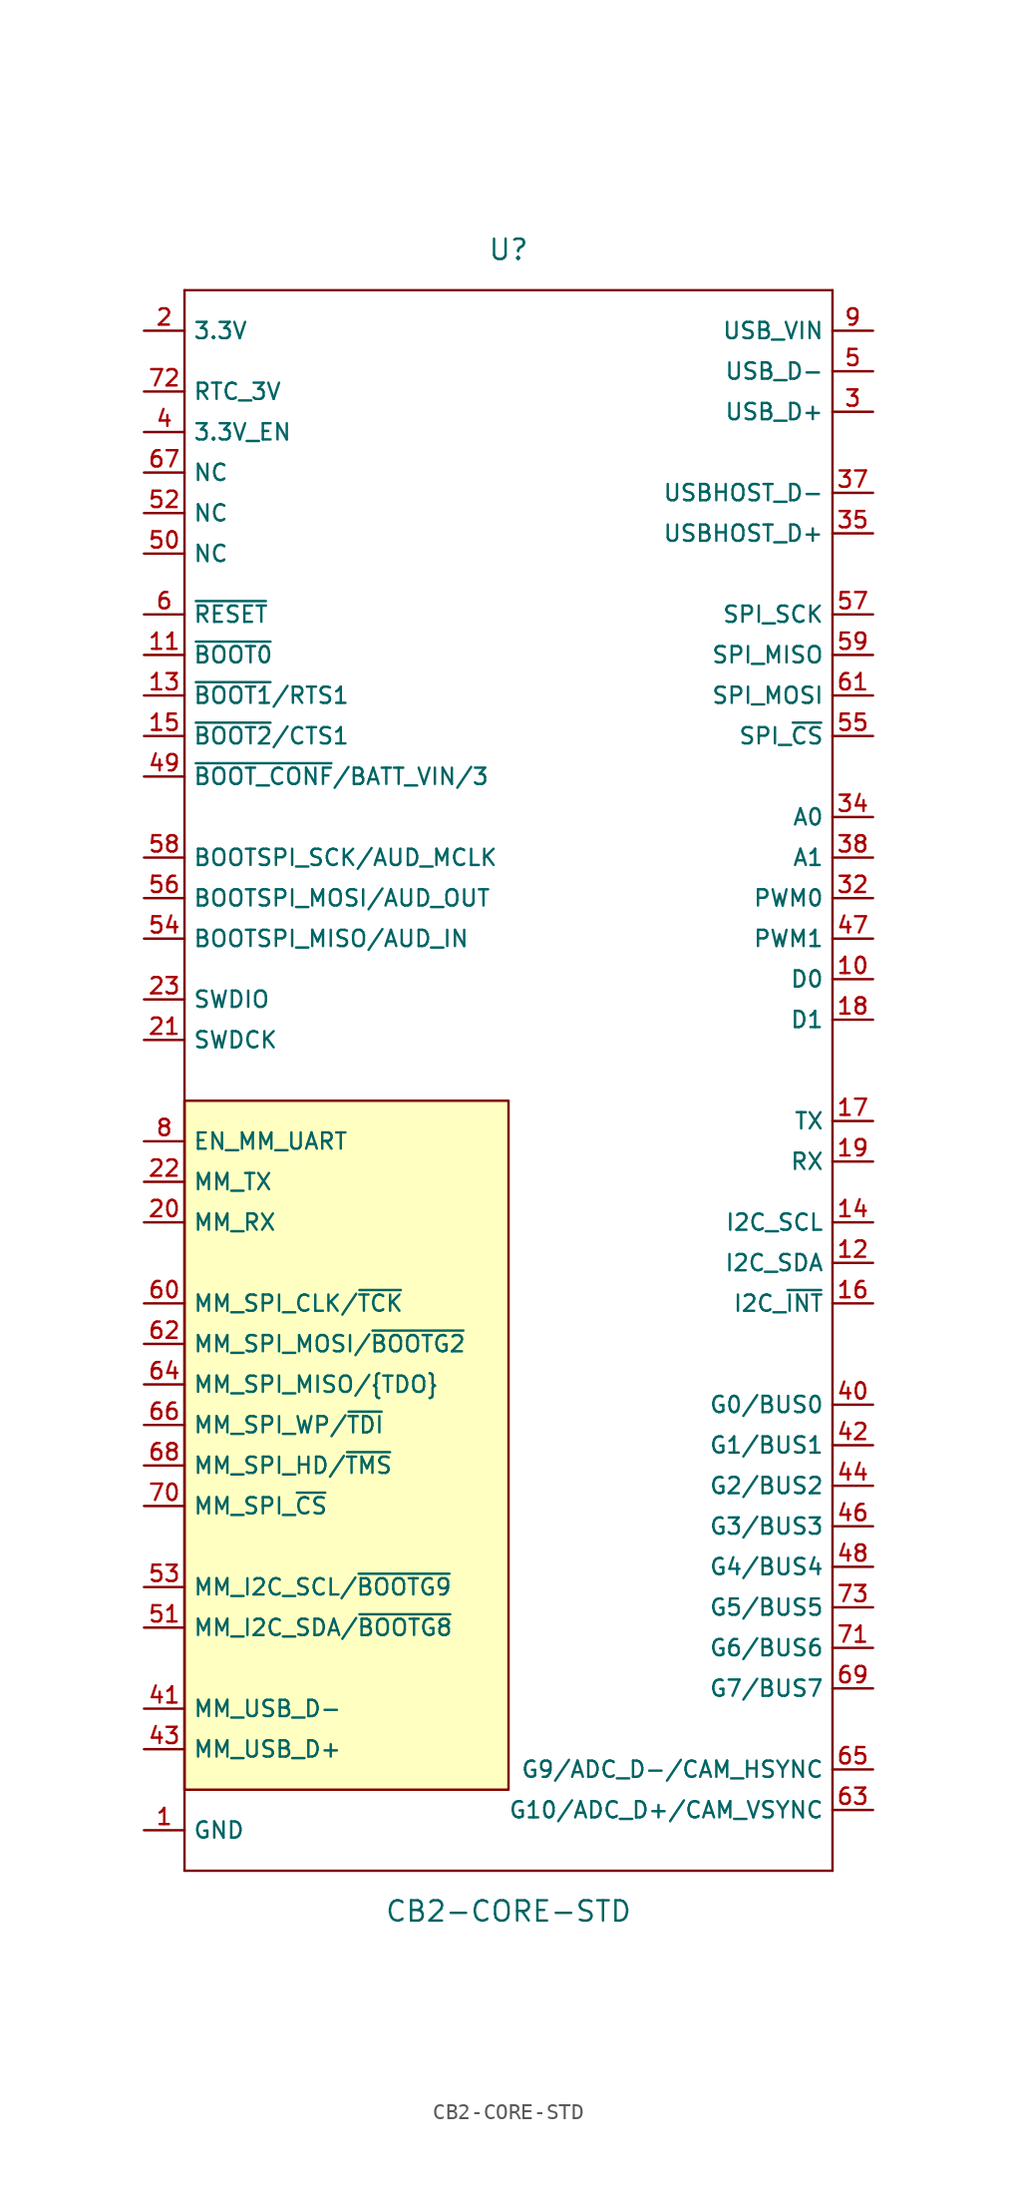
<source format=kicad_sym>
(kicad_symbol_lib
  (version 20211014)
  (generator kicad_symbol_editor)
  (symbol "CB2-CORE-STD"
    (property "Reference" "U"
      (at 0 52.07 0)
      (effects (font (size 1.27 1.27))))
    (property "Value" "CB2-CORE-STD"
      (at 0 -52.07 0)
      (effects (font (size 1.27 1.27))))
    (symbol "CB2-CORE-STD_0_1"
      (polyline (pts (xy -20.32 -1.27) (xy 0 -1.27) (xy 0 -44.45) (xy -20.32 -44.45) (xy -20.32 -1.27)) (stroke (width 0) (type default) (color 0 0 0 0)) (fill (type background))))
    (symbol "CB2-CORE-STD_1_0"
      (polyline (pts (xy -20.32 -49.53) (xy -20.32 49.53)) (stroke (width 0) (type default) (color 0 0 0 0)) (fill (type none)))
      (polyline (pts (xy -20.32 49.53) (xy 20.32 49.53)) (stroke (width 0) (type default) (color 0 0 0 0)) (fill (type none)))
      (polyline (pts (xy 20.32 -49.53) (xy -20.32 -49.53)) (stroke (width 0) (type default) (color 0 0 0 0)) (fill (type none)))
      (polyline (pts (xy 20.32 49.53) (xy 20.32 -49.53)) (stroke (width 0) (type default) (color 0 0 0 0)) (fill (type none))))
    (symbol "CB2-CORE-STD_1_1"
      (pin bidirectional line (at -22.86 -46.99 0) (length 2.54) (name "GND" (effects (font (size 1.016 1.016)))) (number "1" (effects (font (size 1.016 1.016)))))
      (pin bidirectional line (at 22.86 6.35 180) (length 2.54) (name "D0" (effects (font (size 1.016 1.016)))) (number "10" (effects (font (size 1.016 1.016)))))
      (pin input line (at -22.86 26.67 0) (length 2.54) (name "~{BOOT0}" (effects (font (size 1.016 1.016)))) (number "11" (effects (font (size 1.016 1.016)))))
      (pin bidirectional line (at 22.86 -11.43 180) (length 2.54) (name "I2C_SDA" (effects (font (size 1.016 1.016)))) (number "12" (effects (font (size 1.016 1.016)))))
      (pin input line (at -22.86 24.13 0) (length 2.54) (name "~{BOOT1}/RTS1" (effects (font (size 1.016 1.016)))) (number "13" (effects (font (size 1.016 1.016)))))
      (pin output line (at 22.86 -8.89 180) (length 2.54) (name "I2C_SCL" (effects (font (size 1.016 1.016)))) (number "14" (effects (font (size 1.016 1.016)))))
      (pin input line (at -22.86 21.59 0) (length 2.54) (name "~{BOOT2}/CTS1" (effects (font (size 1.016 1.016)))) (number "15" (effects (font (size 1.016 1.016)))))
      (pin input line (at 22.86 -13.97 180) (length 2.54) (name "I2C_~{INT}" (effects (font (size 1.016 1.016)))) (number "16" (effects (font (size 1.016 1.016)))))
      (pin output line (at 22.86 -2.54 180) (length 2.54) (name "TX" (effects (font (size 1.016 1.016)))) (number "17" (effects (font (size 1.016 1.016)))))
      (pin bidirectional line (at 22.86 3.81 180) (length 2.54) (name "D1" (effects (font (size 1.016 1.016)))) (number "18" (effects (font (size 1.016 1.016)))))
      (pin input line (at 22.86 -5.08 180) (length 2.54) (name "RX" (effects (font (size 1.016 1.016)))) (number "19" (effects (font (size 1.016 1.016)))))
      (pin bidirectional line (at -22.86 46.99 0) (length 2.54) (name "3.3V" (effects (font (size 1.016 1.016)))) (number "2" (effects (font (size 1.016 1.016)))))
      (pin output line (at -22.86 -8.89 0) (length 2.54) (name "MM_RX" (effects (font (size 1.016 1.016)))) (number "20" (effects (font (size 1.016 1.016)))))
      (pin bidirectional line (at -22.86 2.54 0) (length 2.54) (name "SWDCK" (effects (font (size 1.016 1.016)))) (number "21" (effects (font (size 1.016 1.016)))))
      (pin input line (at -22.86 -6.35 0) (length 2.54) (name "MM_TX" (effects (font (size 1.016 1.016)))) (number "22" (effects (font (size 1.016 1.016)))))
      (pin bidirectional line (at -22.86 5.08 0) (length 2.54) (name "SWDIO" (effects (font (size 1.016 1.016)))) (number "23" (effects (font (size 1.016 1.016)))))
      (pin bidirectional line (at 22.86 41.91 180) (length 2.54) (name "USB_D+" (effects (font (size 1.016 1.016)))) (number "3" (effects (font (size 1.016 1.016)))))
      (pin output line (at 22.86 11.43 180) (length 2.54) (name "PWM0" (effects (font (size 1.016 1.016)))) (number "32" (effects (font (size 1.016 1.016)))))
      (pin bidirectional line (at -22.86 -46.99 0) (length 2.54) hide (name "GND" (effects (font (size 1.016 1.016)))) (number "33" (effects (font (size 1.016 1.016)))))
      (pin bidirectional line (at 22.86 16.51 180) (length 2.54) (name "A0" (effects (font (size 1.016 1.016)))) (number "34" (effects (font (size 1.016 1.016)))))
      (pin bidirectional line (at 22.86 34.29 180) (length 2.54) (name "USBHOST_D+" (effects (font (size 1.016 1.016)))) (number "35" (effects (font (size 1.016 1.016)))))
      (pin bidirectional line (at -22.86 -46.99 0) (length 2.54) hide (name "GND" (effects (font (size 1.016 1.016)))) (number "36" (effects (font (size 1.016 1.016)))))
      (pin bidirectional line (at 22.86 36.83 180) (length 2.54) (name "USBHOST_D-" (effects (font (size 1.016 1.016)))) (number "37" (effects (font (size 1.016 1.016)))))
      (pin bidirectional line (at 22.86 13.97 180) (length 2.54) (name "A1" (effects (font (size 1.016 1.016)))) (number "38" (effects (font (size 1.016 1.016)))))
      (pin bidirectional line (at -22.86 -46.99 0) (length 2.54) hide (name "GND" (effects (font (size 1.016 1.016)))) (number "39" (effects (font (size 1.016 1.016)))))
      (pin input line (at -22.86 40.64 0) (length 2.54) (name "3.3V_EN" (effects (font (size 1.016 1.016)))) (number "4" (effects (font (size 1.016 1.016)))))
      (pin bidirectional line (at 22.86 -20.32 180) (length 2.54) (name "G0/BUS0" (effects (font (size 1.016 1.016)))) (number "40" (effects (font (size 1.016 1.016)))))
      (pin bidirectional line (at -22.86 -39.37 0) (length 2.54) (name "MM_USB_D-" (effects (font (size 1.016 1.016)))) (number "41" (effects (font (size 1.016 1.016)))))
      (pin bidirectional line (at 22.86 -22.86 180) (length 2.54) (name "G1/BUS1" (effects (font (size 1.016 1.016)))) (number "42" (effects (font (size 1.016 1.016)))))
      (pin bidirectional line (at -22.86 -41.91 0) (length 2.54) (name "MM_USB_D+" (effects (font (size 1.016 1.016)))) (number "43" (effects (font (size 1.016 1.016)))))
      (pin bidirectional line (at 22.86 -25.4 180) (length 2.54) (name "G2/BUS2" (effects (font (size 1.016 1.016)))) (number "44" (effects (font (size 1.016 1.016)))))
      (pin bidirectional line (at -22.86 -46.99 0) (length 2.54) hide (name "GND" (effects (font (size 1.016 1.016)))) (number "45" (effects (font (size 1.016 1.016)))))
      (pin bidirectional line (at 22.86 -27.94 180) (length 2.54) (name "G3/BUS3" (effects (font (size 1.016 1.016)))) (number "46" (effects (font (size 1.016 1.016)))))
      (pin output line (at 22.86 8.89 180) (length 2.54) (name "PWM1" (effects (font (size 1.016 1.016)))) (number "47" (effects (font (size 1.016 1.016)))))
      (pin bidirectional line (at 22.86 -30.48 180) (length 2.54) (name "G4/BUS4" (effects (font (size 1.016 1.016)))) (number "48" (effects (font (size 1.016 1.016)))))
      (pin input line (at -22.86 19.05 0) (length 2.54) (name "~{BOOT_CONF}/BATT_VIN/3" (effects (font (size 1.016 1.016)))) (number "49" (effects (font (size 1.016 1.016)))))
      (pin bidirectional line (at 22.86 44.45 180) (length 2.54) (name "USB_D-" (effects (font (size 1.016 1.016)))) (number "5" (effects (font (size 1.016 1.016)))))
      (pin bidirectional line (at -22.86 33.02 0) (length 2.54) (name "NC" (effects (font (size 1.016 1.016)))) (number "50" (effects (font (size 1.016 1.016)))))
      (pin bidirectional line (at -22.86 -34.29 0) (length 2.54) (name "MM_I2C_SDA/~{BOOTG8}" (effects (font (size 1.016 1.016)))) (number "51" (effects (font (size 1.016 1.016)))))
      (pin bidirectional line (at -22.86 35.56 0) (length 2.54) (name "NC" (effects (font (size 1.016 1.016)))) (number "52" (effects (font (size 1.016 1.016)))))
      (pin bidirectional line (at -22.86 -31.75 0) (length 2.54) (name "MM_I2C_SCL/~{BOOTG9}" (effects (font (size 1.016 1.016)))) (number "53" (effects (font (size 1.016 1.016)))))
      (pin input line (at -22.86 8.89 0) (length 2.54) (name "BOOTSPI_MISO/AUD_IN" (effects (font (size 1.016 1.016)))) (number "54" (effects (font (size 1.016 1.016)))))
      (pin output line (at 22.86 21.59 180) (length 2.54) (name "SPI_~{CS}" (effects (font (size 1.016 1.016)))) (number "55" (effects (font (size 1.016 1.016)))))
      (pin output line (at -22.86 11.43 0) (length 2.54) (name "BOOTSPI_MOSI/AUD_OUT" (effects (font (size 1.016 1.016)))) (number "56" (effects (font (size 1.016 1.016)))))
      (pin output line (at 22.86 29.21 180) (length 2.54) (name "SPI_SCK" (effects (font (size 1.016 1.016)))) (number "57" (effects (font (size 1.016 1.016)))))
      (pin bidirectional line (at -22.86 13.97 0) (length 2.54) (name "BOOTSPI_SCK/AUD_MCLK" (effects (font (size 1.016 1.016)))) (number "58" (effects (font (size 1.016 1.016)))))
      (pin output line (at 22.86 26.67 180) (length 2.54) (name "SPI_MISO" (effects (font (size 1.016 1.016)))) (number "59" (effects (font (size 1.016 1.016)))))
      (pin input line (at -22.86 29.21 0) (length 2.54) (name "~{RESET}" (effects (font (size 1.016 1.016)))) (number "6" (effects (font (size 1.016 1.016)))))
      (pin bidirectional line (at -22.86 -13.97 0) (length 2.54) (name "MM_SPI_CLK/~{TCK}" (effects (font (size 1.016 1.016)))) (number "60" (effects (font (size 1.016 1.016)))))
      (pin input line (at 22.86 24.13 180) (length 2.54) (name "SPI_MOSI" (effects (font (size 1.016 1.016)))) (number "61" (effects (font (size 1.016 1.016)))))
      (pin bidirectional line (at -22.86 -16.51 0) (length 2.54) (name "MM_SPI_MOSI/~{BOOTG2}" (effects (font (size 1.016 1.016)))) (number "62" (effects (font (size 1.016 1.016)))))
      (pin bidirectional line (at 22.86 -45.72 180) (length 2.54) (name "G10/ADC_D+/CAM_VSYNC" (effects (font (size 1.016 1.016)))) (number "63" (effects (font (size 1.016 1.016)))))
      (pin bidirectional line (at -22.86 -19.05 0) (length 2.54) (name "MM_SPI_MISO/{TDO}" (effects (font (size 1.016 1.016)))) (number "64" (effects (font (size 1.016 1.016)))))
      (pin bidirectional line (at 22.86 -43.18 180) (length 2.54) (name "G9/ADC_D-/CAM_HSYNC" (effects (font (size 1.016 1.016)))) (number "65" (effects (font (size 1.016 1.016)))))
      (pin bidirectional line (at -22.86 -21.59 0) (length 2.54) (name "MM_SPI_WP/~{TDI}" (effects (font (size 1.016 1.016)))) (number "66" (effects (font (size 1.016 1.016)))))
      (pin bidirectional line (at -22.86 38.1 0) (length 2.54) (name "NC" (effects (font (size 1.016 1.016)))) (number "67" (effects (font (size 1.016 1.016)))))
      (pin bidirectional line (at -22.86 -24.13 0) (length 2.54) (name "MM_SPI_HD/~{TMS}" (effects (font (size 1.016 1.016)))) (number "68" (effects (font (size 1.016 1.016)))))
      (pin bidirectional line (at 22.86 -38.1 180) (length 2.54) (name "G7/BUS7" (effects (font (size 1.016 1.016)))) (number "69" (effects (font (size 1.016 1.016)))))
      (pin bidirectional line (at -22.86 -46.99 0) (length 2.54) hide (name "GND" (effects (font (size 1.016 1.016)))) (number "7" (effects (font (size 1.016 1.016)))))
      (pin bidirectional line (at -22.86 -26.67 0) (length 2.54) (name "MM_SPI_~{CS}" (effects (font (size 1.016 1.016)))) (number "70" (effects (font (size 1.016 1.016)))))
      (pin bidirectional line (at 22.86 -35.56 180) (length 2.54) (name "G6/BUS6" (effects (font (size 1.016 1.016)))) (number "71" (effects (font (size 1.016 1.016)))))
      (pin bidirectional line (at -22.86 43.18 0) (length 2.54) (name "RTC_3V" (effects (font (size 1.016 1.016)))) (number "72" (effects (font (size 1.016 1.016)))))
      (pin bidirectional line (at 22.86 -33.02 180) (length 2.54) (name "G5/BUS5" (effects (font (size 1.016 1.016)))) (number "73" (effects (font (size 1.016 1.016)))))
      (pin bidirectional line (at -22.86 46.99 0) (length 2.54) hide (name "3.3V" (effects (font (size 1.016 1.016)))) (number "74" (effects (font (size 1.016 1.016)))))
      (pin bidirectional line (at -22.86 -46.99 0) (length 2.54) hide (name "GND" (effects (font (size 1.016 1.016)))) (number "75" (effects (font (size 1.016 1.016)))))
      (pin input line (at -22.86 -3.81 0) (length 2.54) (name "EN_MM_UART" (effects (font (size 1.016 1.016)))) (number "8" (effects (font (size 1.016 1.016)))))
      (pin bidirectional line (at 22.86 46.99 180) (length 2.54) (name "USB_VIN" (effects (font (size 1.016 1.016)))) (number "9" (effects (font (size 1.016 1.016))))))))
</source>
